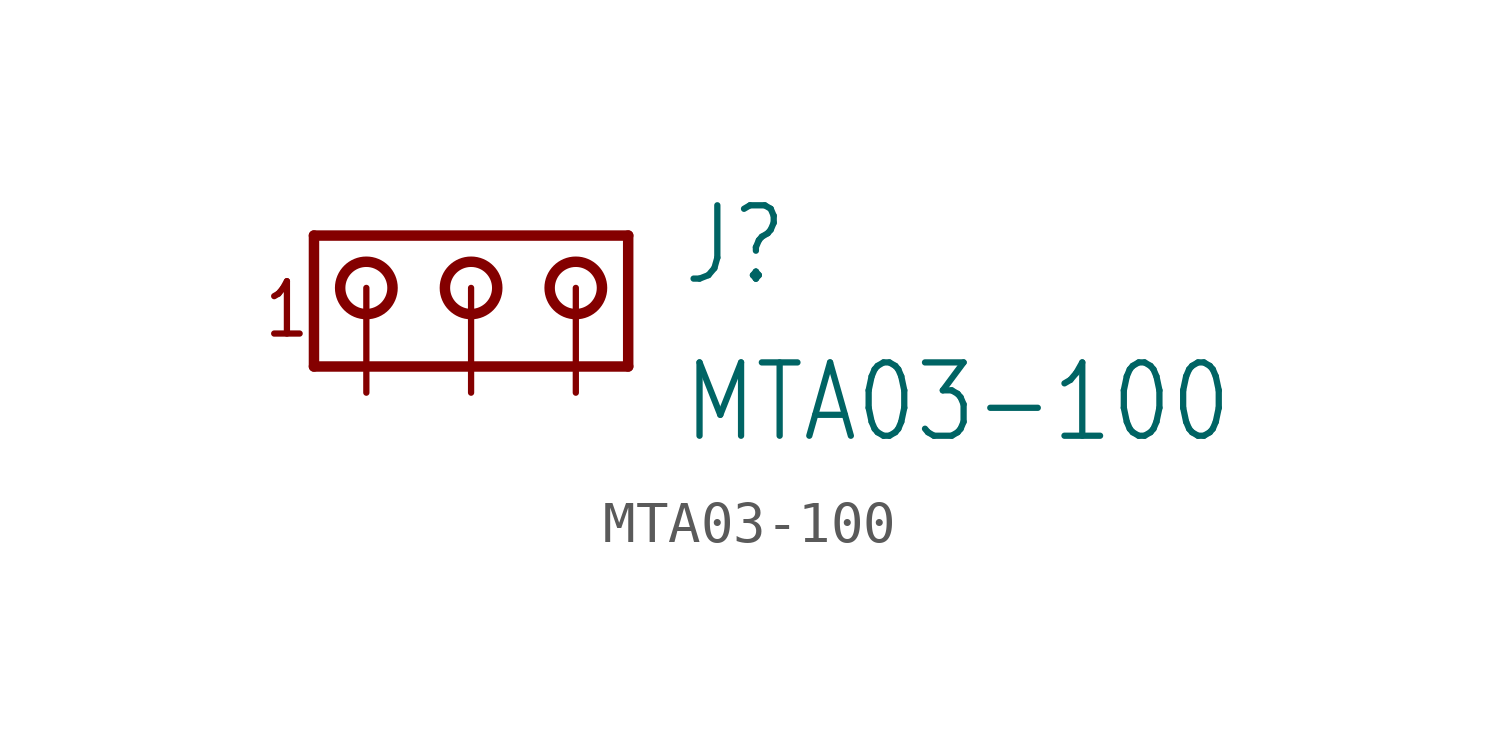
<source format=kicad_sym>
(kicad_symbol_lib
  (version 20211014)
  (generator kicad_symbol_editor)
  (symbol "MTA03-100"
    (property "Reference" "J"
      (at 5.08 0 0)
      (effects (font (size 1.778 1.511)) (justify left bottom)))
    (property "Value" "MTA03-100"
      (at 5.08 -3.81 0)
      (effects (font (size 1.778 1.511)) (justify left bottom)))
    (property "ki_locked" ""
      (at 0 0 0)
      (effects (font (size 1.27 1.27))))
    (symbol "MTA03-100_1_0"
      (circle (center -2.54 0) (radius 0.635) (stroke (width 0.254) (type default) (color 0 0 0 0)) (fill (type none)))
      (polyline (pts (xy -3.81 1.27) (xy -3.81 -1.905)) (stroke (width 0.254) (type default) (color 0 0 0 0)) (fill (type none)))
      (polyline (pts (xy -3.81 1.27) (xy 3.81 1.27)) (stroke (width 0.254) (type default) (color 0 0 0 0)) (fill (type none)))
      (polyline (pts (xy 3.81 -1.905) (xy -3.81 -1.905)) (stroke (width 0.254) (type default) (color 0 0 0 0)) (fill (type none)))
      (polyline (pts (xy 3.81 -1.905) (xy 3.81 1.27)) (stroke (width 0.254) (type default) (color 0 0 0 0)) (fill (type none)))
      (circle (center 0 0) (radius 0.635) (stroke (width 0.254) (type default) (color 0 0 0 0)) (fill (type none)))
      (circle (center 2.54 0) (radius 0.635) (stroke (width 0.254) (type default) (color 0 0 0 0)) (fill (type none)))
      (text "1" (at -5.08 -1.27 0) (effects (font (size 1.27 1.079)) (justify left bottom)))
      (pin passive line (at -2.54 -2.54 90) (length 2.54) (name "1" (effects (font (size 0 0)))) (number "1" (effects (font (size 0 0)))))
      (pin passive line (at 0 -2.54 90) (length 2.54) (name "2" (effects (font (size 0 0)))) (number "2" (effects (font (size 0 0)))))
      (pin passive line (at 2.54 -2.54 90) (length 2.54) (name "3" (effects (font (size 0 0)))) (number "3" (effects (font (size 0 0))))))))
</source>
